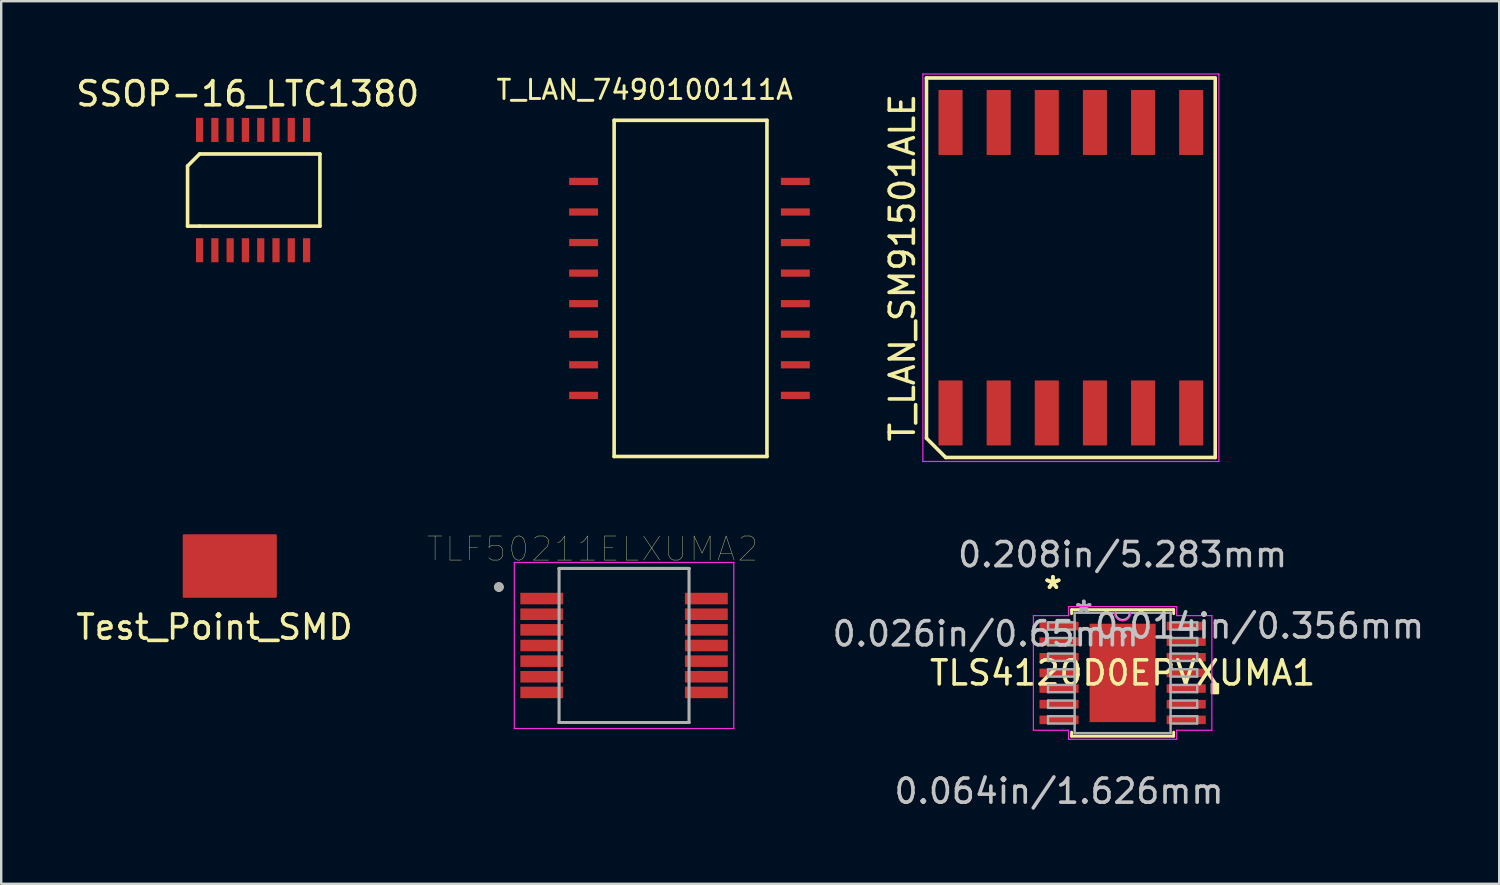
<source format=kicad_pcb>
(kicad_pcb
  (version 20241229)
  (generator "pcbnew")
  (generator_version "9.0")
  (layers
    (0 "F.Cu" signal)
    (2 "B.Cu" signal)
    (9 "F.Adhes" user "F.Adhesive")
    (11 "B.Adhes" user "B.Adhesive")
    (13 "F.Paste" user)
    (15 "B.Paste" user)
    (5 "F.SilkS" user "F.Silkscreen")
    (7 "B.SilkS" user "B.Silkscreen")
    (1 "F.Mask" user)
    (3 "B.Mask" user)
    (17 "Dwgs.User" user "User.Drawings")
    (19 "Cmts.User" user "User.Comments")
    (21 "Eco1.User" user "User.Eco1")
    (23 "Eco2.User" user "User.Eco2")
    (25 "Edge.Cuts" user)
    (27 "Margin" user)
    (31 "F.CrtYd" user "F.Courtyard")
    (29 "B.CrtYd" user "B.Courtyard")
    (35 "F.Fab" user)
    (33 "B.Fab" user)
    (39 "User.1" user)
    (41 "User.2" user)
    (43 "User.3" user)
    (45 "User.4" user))
  (footprint "Test_Point_SMD"
    (layer "F.Cu")
    (at 4.593 21.74)
    (property "Reference" "Test_Point_SMD" (at 1.27 1.27 0) (layer "F.SilkS") (effects (font (size 1 1) (thickness 0.15))))
    (attr through_hole)
    (fp_poly (pts (xy 0 -2.54) (xy 0 0) (xy 3.81 0) (xy 3.81 -2.54)) (stroke (width 0.1) (type solid)) (fill yes) (layer "F.Cu")))
  (footprint "T_LAN_7490100111A"
    (layer "F.Cu")
    (at 21.2 4.489)
    (property "Reference" "T_LAN_7490100111A" (at 2.54 -3.81 0) (layer "F.SilkS") (effects (font (size 0.8 0.8) (thickness 0.12))))
    (attr through_hole)
    (fp_line (start 1.27 -2.54) (end 7.62 -2.54) (stroke (width 0.15) (type solid)) (layer "F.SilkS"))
    (fp_line (start 1.27 11.43) (end 1.27 -2.54) (stroke (width 0.15) (type solid)) (layer "F.SilkS"))
    (fp_line (start 7.62 -2.54) (end 7.62 11.43) (stroke (width 0.15) (type solid)) (layer "F.SilkS"))
    (fp_line (start 7.62 11.43) (end 1.27 11.43) (stroke (width 0.15) (type solid)) (layer "F.SilkS"))
    (pad "1" smd rect (at 0 0) (size 1.2 0.3) (layers "F.Cu" "F.Mask" "F.Paste"))
    (pad "2" smd rect (at 0 1.27) (size 1.2 0.3) (layers "F.Cu" "F.Mask" "F.Paste"))
    (pad "3" smd rect (at 0 2.54) (size 1.2 0.3) (layers "F.Cu" "F.Mask" "F.Paste"))
    (pad "4" smd rect (at 0 3.81) (size 1.2 0.3) (layers "F.Cu" "F.Mask" "F.Paste"))
    (pad "5" smd rect (at 0 5.08) (size 1.2 0.3) (layers "F.Cu" "F.Mask" "F.Paste"))
    (pad "6" smd rect (at 0 6.35) (size 1.2 0.3) (layers "F.Cu" "F.Mask" "F.Paste"))
    (pad "7" smd rect (at 0 7.62) (size 1.2 0.3) (layers "F.Cu" "F.Mask" "F.Paste"))
    (pad "8" smd rect (at 0 8.89) (size 1.2 0.3) (layers "F.Cu" "F.Mask" "F.Paste"))
    (pad "9" smd rect (at 8.8 8.89) (size 1.2 0.3) (layers "F.Cu" "F.Mask" "F.Paste"))
    (pad "10" smd rect (at 8.8 7.62) (size 1.2 0.3) (layers "F.Cu" "F.Mask" "F.Paste"))
    (pad "11" smd rect (at 8.8 6.35) (size 1.2 0.3) (layers "F.Cu" "F.Mask" "F.Paste"))
    (pad "12" smd rect (at 8.8 5.08) (size 1.2 0.3) (layers "F.Cu" "F.Mask" "F.Paste"))
    (pad "13" smd rect (at 8.8 3.81) (size 1.2 0.3) (layers "F.Cu" "F.Mask" "F.Paste"))
    (pad "14" smd rect (at 8.8 2.54) (size 1.2 0.3) (layers "F.Cu" "F.Mask" "F.Paste"))
    (pad "15" smd rect (at 8.8 1.27) (size 1.2 0.3) (layers "F.Cu" "F.Mask" "F.Paste"))
    (pad "16" smd rect (at 8.8 0) (size 1.2 0.3) (layers "F.Cu" "F.Mask" "F.Paste")))
  (footprint "TLF50211ELXUMA2"
    (layer "F.Cu")
    (at 22.882 23.773)
    (property "Reference" "TLF50211ELXUMA2" (at -1.305 -4.012 0) (layer "F.SilkS") (effects (font (size 1 1) (thickness 0.015))))
    (attr through_hole)
    (fp_line (start -2.7 -3.2) (end 2.7 -3.2) (stroke (width 0.127) (type solid)) (layer "F.SilkS"))
    (fp_line (start -2.7 3.2) (end 2.7 3.2) (stroke (width 0.127) (type solid)) (layer "F.SilkS"))
    (fp_circle (center -5.2 -2.43) (end -5.1 -2.43) (stroke (width 0.2) (type solid)) (fill no) (layer "F.SilkS"))
    (fp_line (start -4.56 -3.45) (end -4.56 3.45) (stroke (width 0.05) (type solid)) (layer "F.CrtYd"))
    (fp_line (start -4.56 -3.45) (end 4.56 -3.45) (stroke (width 0.05) (type solid)) (layer "F.CrtYd"))
    (fp_line (start -4.56 3.45) (end 4.56 3.45) (stroke (width 0.05) (type solid)) (layer "F.CrtYd"))
    (fp_line (start 4.56 -3.45) (end 4.56 3.45) (stroke (width 0.05) (type solid)) (layer "F.CrtYd"))
    (fp_line (start -2.7 -3.2) (end -2.7 3.2) (stroke (width 0.127) (type solid)) (layer "F.Fab"))
    (fp_line (start -2.7 -3.2) (end 2.7 -3.2) (stroke (width 0.127) (type solid)) (layer "F.Fab"))
    (fp_line (start -2.7 3.2) (end 2.7 3.2) (stroke (width 0.127) (type solid)) (layer "F.Fab"))
    (fp_line (start 2.7 -3.2) (end 2.7 3.2) (stroke (width 0.127) (type solid)) (layer "F.Fab"))
    (fp_circle (center -5.2 -2.43) (end -5.1 -2.43) (stroke (width 0.2) (type solid)) (fill no) (layer "F.Fab"))
    (pad "1" smd rect (at -3.42 -1.95) (size 1.78 0.48) (layers "F.Cu" "F.Mask" "F.Paste"))
    (pad "2" smd rect (at -3.42 -1.3) (size 1.78 0.48) (layers "F.Cu" "F.Mask" "F.Paste"))
    (pad "3" smd rect (at -3.42 -0.65) (size 1.78 0.48) (layers "F.Cu" "F.Mask" "F.Paste"))
    (pad "4" smd rect (at -3.42 0) (size 1.78 0.48) (layers "F.Cu" "F.Mask" "F.Paste"))
    (pad "5" smd rect (at -3.42 0.65) (size 1.78 0.48) (layers "F.Cu" "F.Mask" "F.Paste"))
    (pad "6" smd rect (at -3.42 1.3) (size 1.78 0.48) (layers "F.Cu" "F.Mask" "F.Paste"))
    (pad "7" smd rect (at -3.42 1.95) (size 1.78 0.48) (layers "F.Cu" "F.Mask" "F.Paste"))
    (pad "8" smd rect (at 3.42 1.95) (size 1.78 0.48) (layers "F.Cu" "F.Mask" "F.Paste"))
    (pad "9" smd rect (at 3.42 1.3) (size 1.78 0.48) (layers "F.Cu" "F.Mask" "F.Paste"))
    (pad "10" smd rect (at 3.42 0.65) (size 1.78 0.48) (layers "F.Cu" "F.Mask" "F.Paste"))
    (pad "11" smd rect (at 3.42 0) (size 1.78 0.48) (layers "F.Cu" "F.Mask" "F.Paste"))
    (pad "12" smd rect (at 3.42 -0.65) (size 1.78 0.48) (layers "F.Cu" "F.Mask" "F.Paste"))
    (pad "13" smd rect (at 3.42 -1.3) (size 1.78 0.48) (layers "F.Cu" "F.Mask" "F.Paste"))
    (pad "14" smd rect (at 3.42 -1.95) (size 1.78 0.48) (layers "F.Cu" "F.Mask" "F.Paste")))
  (footprint "SSOP-16_LTC1380"
    (layer "F.Cu")
    (at 5.244 2.348)
    (property "Reference" "SSOP-16_LTC1380" (at 2 -1.5 0) (layer "F.SilkS") (effects (font (size 1 1) (thickness 0.15))))
    (attr through_hole)
    (fp_line (start -0.5 1.5) (end 0 1) (stroke (width 0.15) (type solid)) (layer "F.SilkS"))
    (fp_line (start -0.5 4) (end -0.5 1.5) (stroke (width 0.15) (type solid)) (layer "F.SilkS"))
    (fp_line (start 0 4) (end -0.5 4) (stroke (width 0.15) (type solid)) (layer "F.SilkS"))
    (fp_line (start 5 1) (end 0 1) (stroke (width 0.15) (type solid)) (layer "F.SilkS"))
    (fp_line (start 5 1) (end 5 4) (stroke (width 0.15) (type solid)) (layer "F.SilkS"))
    (fp_line (start 5 4) (end 0 4) (stroke (width 0.15) (type solid)) (layer "F.SilkS"))
    (pad "1" smd rect (at 0 0) (size 0.3 1) (layers "F.Cu" "F.Mask" "F.Paste"))
    (pad "2" smd rect (at 0.635 0) (size 0.3 1) (layers "F.Cu" "F.Mask" "F.Paste"))
    (pad "3" smd rect (at 1.27 0) (size 0.3 1) (layers "F.Cu" "F.Mask" "F.Paste"))
    (pad "4" smd rect (at 1.905 0) (size 0.3 1) (layers "F.Cu" "F.Mask" "F.Paste"))
    (pad "5" smd rect (at 2.54 0) (size 0.3 1) (layers "F.Cu" "F.Mask" "F.Paste"))
    (pad "6" smd rect (at 3.175 0) (size 0.3 1) (layers "F.Cu" "F.Mask" "F.Paste"))
    (pad "7" smd rect (at 3.81 0) (size 0.3 1) (layers "F.Cu" "F.Mask" "F.Paste"))
    (pad "8" smd rect (at 4.445 0) (size 0.3 1) (layers "F.Cu" "F.Mask" "F.Paste"))
    (pad "8" smd rect (at 4.445 5) (size 0.3 1) (layers "F.Cu" "F.Mask" "F.Paste"))
    (pad "9" smd rect (at 3.81 5) (size 0.3 1) (layers "F.Cu" "F.Mask" "F.Paste"))
    (pad "10" smd rect (at 3.175 5) (size 0.3 1) (layers "F.Cu" "F.Mask" "F.Paste"))
    (pad "11" smd rect (at 2.54 5) (size 0.3 1) (layers "F.Cu" "F.Mask" "F.Paste"))
    (pad "12" smd rect (at 1.905 5) (size 0.3 1) (layers "F.Cu" "F.Mask" "F.Paste"))
    (pad "13" smd rect (at 1.27 5) (size 0.3 1) (layers "F.Cu" "F.Mask" "F.Paste"))
    (pad "14" smd rect (at 0.635 5) (size 0.3 1) (layers "F.Cu" "F.Mask" "F.Paste"))
    (pad "15" smd rect (at 0 5) (size 0.3 1) (layers "F.Cu" "F.Mask" "F.Paste")))
  (footprint "TLS4120D0EPVXUMA1"
    (layer "F.Cu")
    (at 43.6 24.913)
    (property "Reference" "TLS4120D0EPVXUMA1" (at 0 0 0) (layer "F.SilkS") (effects (font (size 1 1) (thickness 0.15))))
    (attr through_hole)
    (fp_line (start -2.121 -2.629) (end -2.121 -2.461) (stroke (width 0.12) (type solid)) (layer "F.SilkS"))
    (fp_line (start -2.121 2.461) (end -2.121 2.629) (stroke (width 0.12) (type solid)) (layer "F.SilkS"))
    (fp_line (start -2.121 2.629) (end 2.121 2.629) (stroke (width 0.12) (type solid)) (layer "F.SilkS"))
    (fp_line (start 2.121 -2.629) (end -2.121 -2.629) (stroke (width 0.12) (type solid)) (layer "F.SilkS"))
    (fp_line (start 2.121 -2.461) (end 2.121 -2.629) (stroke (width 0.12) (type solid)) (layer "F.SilkS"))
    (fp_line (start 2.121 2.629) (end 2.121 2.461) (stroke (width 0.12) (type solid)) (layer "F.SilkS"))
    (fp_poly (pts (xy 3.962 0.459) (xy 3.962 0.84) (xy 3.708 0.84) (xy 3.708 0.459)) (stroke (width 0.1) (type solid)) (fill yes) (layer "F.SilkS"))
    (fp_line (start -3.708 -2.382) (end -2.248 -2.382) (stroke (width 0.05) (type solid)) (layer "F.CrtYd"))
    (fp_line (start -3.708 2.382) (end -3.708 -2.382) (stroke (width 0.05) (type solid)) (layer "F.CrtYd"))
    (fp_line (start -2.248 -2.756) (end 2.248 -2.756) (stroke (width 0.05) (type solid)) (layer "F.CrtYd"))
    (fp_line (start -2.248 -2.382) (end -2.248 -2.756) (stroke (width 0.05) (type solid)) (layer "F.CrtYd"))
    (fp_line (start -2.248 2.382) (end -3.708 2.382) (stroke (width 0.05) (type solid)) (layer "F.CrtYd"))
    (fp_line (start -2.248 2.756) (end -2.248 2.382) (stroke (width 0.05) (type solid)) (layer "F.CrtYd"))
    (fp_line (start 2.248 -2.756) (end 2.248 -2.382) (stroke (width 0.05) (type solid)) (layer "F.CrtYd"))
    (fp_line (start 2.248 -2.382) (end 3.708 -2.382) (stroke (width 0.05) (type solid)) (layer "F.CrtYd"))
    (fp_line (start 2.248 2.382) (end 2.248 2.756) (stroke (width 0.05) (type solid)) (layer "F.CrtYd"))
    (fp_line (start 2.248 2.756) (end -2.248 2.756) (stroke (width 0.05) (type solid)) (layer "F.CrtYd"))
    (fp_line (start 3.708 -2.382) (end 3.708 2.382) (stroke (width 0.05) (type solid)) (layer "F.CrtYd"))
    (fp_line (start 3.708 2.382) (end 2.248 2.382) (stroke (width 0.05) (type solid)) (layer "F.CrtYd"))
    (fp_arc (start 0.332317 -2.5019) (mid 0 -2.169583) (end -0.332317 -2.5019) (stroke (width 0.05) (type solid)) (layer "F.CrtYd"))
    (fp_line (start -3.099 -2.102) (end -3.099 -1.798) (stroke (width 0.1) (type solid)) (layer "F.Fab"))
    (fp_line (start -3.099 -1.798) (end -1.994 -1.798) (stroke (width 0.1) (type solid)) (layer "F.Fab"))
    (fp_line (start -3.099 -1.452) (end -3.099 -1.148) (stroke (width 0.1) (type solid)) (layer "F.Fab"))
    (fp_line (start -3.099 -1.148) (end -1.994 -1.148) (stroke (width 0.1) (type solid)) (layer "F.Fab"))
    (fp_line (start -3.099 -0.802) (end -3.099 -0.498) (stroke (width 0.1) (type solid)) (layer "F.Fab"))
    (fp_line (start -3.099 -0.498) (end -1.994 -0.498) (stroke (width 0.1) (type solid)) (layer "F.Fab"))
    (fp_line (start -3.099 -0.152) (end -3.099 0.152) (stroke (width 0.1) (type solid)) (layer "F.Fab"))
    (fp_line (start -3.099 0.152) (end -1.994 0.152) (stroke (width 0.1) (type solid)) (layer "F.Fab"))
    (fp_line (start -3.099 0.498) (end -3.099 0.802) (stroke (width 0.1) (type solid)) (layer "F.Fab"))
    (fp_line (start -3.099 0.802) (end -1.994 0.802) (stroke (width 0.1) (type solid)) (layer "F.Fab"))
    (fp_line (start -3.099 1.148) (end -3.099 1.452) (stroke (width 0.1) (type solid)) (layer "F.Fab"))
    (fp_line (start -3.099 1.452) (end -1.994 1.452) (stroke (width 0.1) (type solid)) (layer "F.Fab"))
    (fp_line (start -3.099 1.798) (end -3.099 2.102) (stroke (width 0.1) (type solid)) (layer "F.Fab"))
    (fp_line (start -3.099 2.102) (end -1.994 2.102) (stroke (width 0.1) (type solid)) (layer "F.Fab"))
    (fp_line (start -1.994 -2.502) (end -1.994 2.502) (stroke (width 0.1) (type solid)) (layer "F.Fab"))
    (fp_line (start -1.994 -2.102) (end -3.099 -2.102) (stroke (width 0.1) (type solid)) (layer "F.Fab"))
    (fp_line (start -1.994 -1.798) (end -1.994 -2.102) (stroke (width 0.1) (type solid)) (layer "F.Fab"))
    (fp_line (start -1.994 -1.452) (end -3.099 -1.452) (stroke (width 0.1) (type solid)) (layer "F.Fab"))
    (fp_line (start -1.994 -1.148) (end -1.994 -1.452) (stroke (width 0.1) (type solid)) (layer "F.Fab"))
    (fp_line (start -1.994 -0.802) (end -3.099 -0.802) (stroke (width 0.1) (type solid)) (layer "F.Fab"))
    (fp_line (start -1.994 -0.498) (end -1.994 -0.802) (stroke (width 0.1) (type solid)) (layer "F.Fab"))
    (fp_line (start -1.994 -0.152) (end -3.099 -0.152) (stroke (width 0.1) (type solid)) (layer "F.Fab"))
    (fp_line (start -1.994 0.152) (end -1.994 -0.152) (stroke (width 0.1) (type solid)) (layer "F.Fab"))
    (fp_line (start -1.994 0.498) (end -3.099 0.498) (stroke (width 0.1) (type solid)) (layer "F.Fab"))
    (fp_line (start -1.994 0.802) (end -1.994 0.498) (stroke (width 0.1) (type solid)) (layer "F.Fab"))
    (fp_line (start -1.994 1.148) (end -3.099 1.148) (stroke (width 0.1) (type solid)) (layer "F.Fab"))
    (fp_line (start -1.994 1.452) (end -1.994 1.148) (stroke (width 0.1) (type solid)) (layer "F.Fab"))
    (fp_line (start -1.994 1.798) (end -3.099 1.798) (stroke (width 0.1) (type solid)) (layer "F.Fab"))
    (fp_line (start -1.994 2.102) (end -1.994 1.798) (stroke (width 0.1) (type solid)) (layer "F.Fab"))
    (fp_line (start -1.994 2.502) (end 1.994 2.502) (stroke (width 0.1) (type solid)) (layer "F.Fab"))
    (fp_line (start 1.994 -2.502) (end -1.994 -2.502) (stroke (width 0.1) (type solid)) (layer "F.Fab"))
    (fp_line (start 1.994 -2.102) (end 1.994 -1.798) (stroke (width 0.1) (type solid)) (layer "F.Fab"))
    (fp_line (start 1.994 -1.798) (end 3.099 -1.798) (stroke (width 0.1) (type solid)) (layer "F.Fab"))
    (fp_line (start 1.994 -1.452) (end 1.994 -1.148) (stroke (width 0.1) (type solid)) (layer "F.Fab"))
    (fp_line (start 1.994 -1.148) (end 3.099 -1.148) (stroke (width 0.1) (type solid)) (layer "F.Fab"))
    (fp_line (start 1.994 -0.802) (end 1.994 -0.498) (stroke (width 0.1) (type solid)) (layer "F.Fab"))
    (fp_line (start 1.994 -0.498) (end 3.099 -0.498) (stroke (width 0.1) (type solid)) (layer "F.Fab"))
    (fp_line (start 1.994 -0.152) (end 1.994 0.152) (stroke (width 0.1) (type solid)) (layer "F.Fab"))
    (fp_line (start 1.994 0.152) (end 3.099 0.152) (stroke (width 0.1) (type solid)) (layer "F.Fab"))
    (fp_line (start 1.994 0.498) (end 1.994 0.802) (stroke (width 0.1) (type solid)) (layer "F.Fab"))
    (fp_line (start 1.994 0.802) (end 3.099 0.802) (stroke (width 0.1) (type solid)) (layer "F.Fab"))
    (fp_line (start 1.994 1.148) (end 1.994 1.452) (stroke (width 0.1) (type solid)) (layer "F.Fab"))
    (fp_line (start 1.994 1.452) (end 3.099 1.452) (stroke (width 0.1) (type solid)) (layer "F.Fab"))
    (fp_line (start 1.994 1.798) (end 1.994 2.102) (stroke (width 0.1) (type solid)) (layer "F.Fab"))
    (fp_line (start 1.994 2.102) (end 3.099 2.102) (stroke (width 0.1) (type solid)) (layer "F.Fab"))
    (fp_line (start 1.994 2.502) (end 1.994 -2.502) (stroke (width 0.1) (type solid)) (layer "F.Fab"))
    (fp_line (start 3.099 -2.102) (end 1.994 -2.102) (stroke (width 0.1) (type solid)) (layer "F.Fab"))
    (fp_line (start 3.099 -1.798) (end 3.099 -2.102) (stroke (width 0.1) (type solid)) (layer "F.Fab"))
    (fp_line (start 3.099 -1.452) (end 1.994 -1.452) (stroke (width 0.1) (type solid)) (layer "F.Fab"))
    (fp_line (start 3.099 -1.148) (end 3.099 -1.452) (stroke (width 0.1) (type solid)) (layer "F.Fab"))
    (fp_line (start 3.099 -0.802) (end 1.994 -0.802) (stroke (width 0.1) (type solid)) (layer "F.Fab"))
    (fp_line (start 3.099 -0.498) (end 3.099 -0.802) (stroke (width 0.1) (type solid)) (layer "F.Fab"))
    (fp_line (start 3.099 -0.152) (end 1.994 -0.152) (stroke (width 0.1) (type solid)) (layer "F.Fab"))
    (fp_line (start 3.099 0.152) (end 3.099 -0.152) (stroke (width 0.1) (type solid)) (layer "F.Fab"))
    (fp_line (start 3.099 0.498) (end 1.994 0.498) (stroke (width 0.1) (type solid)) (layer "F.Fab"))
    (fp_line (start 3.099 0.802) (end 3.099 0.498) (stroke (width 0.1) (type solid)) (layer "F.Fab"))
    (fp_line (start 3.099 1.148) (end 1.994 1.148) (stroke (width 0.1) (type solid)) (layer "F.Fab"))
    (fp_line (start 3.099 1.452) (end 3.099 1.148) (stroke (width 0.1) (type solid)) (layer "F.Fab"))
    (fp_line (start 3.099 1.798) (end 1.994 1.798) (stroke (width 0.1) (type solid)) (layer "F.Fab"))
    (fp_line (start 3.099 2.102) (end 3.099 1.798) (stroke (width 0.1) (type solid)) (layer "F.Fab"))
    (fp_arc (start 0.3048 -2.5019) (mid 0 -2.1971) (end -0.3048 -2.5019) (stroke (width 0.1) (type solid)) (layer "F.Fab"))
    (fp_text user "*" (at -2.896 -3.449 0) (layer "F.SilkS") (effects (font (size 1 1) (thickness 0.15))))
    (fp_text user "*" (at -2.896 -3.449 0) (layer "F.SilkS") (effects (font (size 1 1) (thickness 0.15))))
    (fp_text user "0.026in/0.65mm" (at -5.69 -1.625 0) (layer "Dwgs.User") (effects (font (size 1 1) (thickness 0.15))))
    (fp_text user "0.208in/5.283mm" (at 0 -4.915 0) (layer "Dwgs.User") (effects (font (size 1 1) (thickness 0.15))))
    (fp_text user "0.014in/0.356mm" (at 5.69 -1.95 0) (layer "Dwgs.User") (effects (font (size 1 1) (thickness 0.15))))
    (fp_text user "0.064in/1.626mm" (at -2.642 4.915 0) (layer "Dwgs.User") (effects (font (size 1 1) (thickness 0.15))))
    (fp_text user "Copyright 2021 Accelerated Designs. All rights reserved." (at 0 0 0) (layer "Cmts.User") (effects (font (size 0.127 0.127) (thickness 0.002))))
    (fp_text user "*" (at -1.613 -2.426 0) (layer "F.Fab") (effects (font (size 1 1) (thickness 0.15))))
    (fp_text user "*" (at -1.613 -2.426 0) (layer "F.Fab") (effects (font (size 1 1) (thickness 0.15))))
    (pad "1" smd rect (at -2.642 -1.95) (size 1.626 0.356) (layers "F.Cu" "F.Mask" "F.Paste"))
    (pad "2" smd rect (at -2.642 -1.3) (size 1.626 0.356) (layers "F.Cu" "F.Mask" "F.Paste"))
    (pad "3" smd rect (at -2.642 -0.65) (size 1.626 0.356) (layers "F.Cu" "F.Mask" "F.Paste"))
    (pad "4" smd rect (at -2.642 0) (size 1.626 0.356) (layers "F.Cu" "F.Mask" "F.Paste"))
    (pad "5" smd rect (at -2.642 0.65) (size 1.626 0.356) (layers "F.Cu" "F.Mask" "F.Paste"))
    (pad "6" smd rect (at -2.642 1.3) (size 1.626 0.356) (layers "F.Cu" "F.Mask" "F.Paste"))
    (pad "7" smd rect (at -2.642 1.95) (size 1.626 0.356) (layers "F.Cu" "F.Mask" "F.Paste"))
    (pad "8" smd rect (at 2.642 1.95) (size 1.626 0.356) (layers "F.Cu" "F.Mask" "F.Paste"))
    (pad "9" smd rect (at 2.642 1.3) (size 1.626 0.356) (layers "F.Cu" "F.Mask" "F.Paste"))
    (pad "10" smd rect (at 2.642 0.65) (size 1.626 0.356) (layers "F.Cu" "F.Mask" "F.Paste"))
    (pad "11" smd rect (at 2.642 0) (size 1.626 0.356) (layers "F.Cu" "F.Mask" "F.Paste"))
    (pad "12" smd rect (at 2.642 -0.65) (size 1.626 0.356) (layers "F.Cu" "F.Mask" "F.Paste"))
    (pad "13" smd rect (at 2.642 -1.3) (size 1.626 0.356) (layers "F.Cu" "F.Mask" "F.Paste"))
    (pad "14" smd rect (at 2.642 -1.95) (size 1.626 0.356) (layers "F.Cu" "F.Mask" "F.Paste"))
    (pad "15" smd rect (at 0 0) (size 2.743 4.089) (layers "F.Cu" "F.Mask" "F.Paste")))
  (footprint "T_LAN_SM91501ALE"
    (layer "F.Cu")
    (at 41.449 8.075)
    (property "Reference" "T_LAN_SM91501ALE" (at -7 0 90) (layer "F.SilkS") (effects (font (size 1 1) (thickness 0.15))))
    (attr smd)
    (fp_line (start -6 -7.885) (end 6 -7.885) (stroke (width 0.15) (type solid)) (layer "F.SilkS"))
    (fp_line (start -6 7.085) (end -6 -7.885) (stroke (width 0.15) (type solid)) (layer "F.SilkS"))
    (fp_line (start -5.2 7.885) (end -6 7.085) (stroke (width 0.15) (type solid)) (layer "F.SilkS"))
    (fp_line (start 6 -7.885) (end 6 7.885) (stroke (width 0.15) (type solid)) (layer "F.SilkS"))
    (fp_line (start 6 7.885) (end -5.2 7.885) (stroke (width 0.15) (type solid)) (layer "F.SilkS"))
    (fp_line (start -6.15 -8.05) (end 6.15 -8.05) (stroke (width 0.05) (type solid)) (layer "F.CrtYd"))
    (fp_line (start -6.15 8.05) (end -6.15 -8.05) (stroke (width 0.05) (type solid)) (layer "F.CrtYd"))
    (fp_line (start 6.15 -8.05) (end 6.15 8.05) (stroke (width 0.05) (type solid)) (layer "F.CrtYd"))
    (fp_line (start 6.15 8.05) (end -6.15 8.05) (stroke (width 0.05) (type solid)) (layer "F.CrtYd"))
    (pad "1" smd rect (at -5 6.035) (size 1 2.7) (layers "F.Cu" "F.Mask" "F.Paste"))
    (pad "2" smd rect (at -3 6.035) (size 1 2.7) (layers "F.Cu" "F.Mask" "F.Paste"))
    (pad "3" smd rect (at -1 6.035) (size 1 2.7) (layers "F.Cu" "F.Mask" "F.Paste"))
    (pad "4" smd rect (at 1 6.035) (size 1 2.7) (layers "F.Cu" "F.Mask" "F.Paste"))
    (pad "5" smd rect (at 3 6.035) (size 1 2.7) (layers "F.Cu" "F.Mask" "F.Paste"))
    (pad "6" smd rect (at 5 6.035) (size 1 2.7) (layers "F.Cu" "F.Mask" "F.Paste"))
    (pad "7" smd rect (at 5 -6.035) (size 1 2.7) (layers "F.Cu" "F.Mask" "F.Paste"))
    (pad "8" smd rect (at 3 -6.035) (size 1 2.7) (layers "F.Cu" "F.Mask" "F.Paste"))
    (pad "9" smd rect (at 1 -6.035) (size 1 2.7) (layers "F.Cu" "F.Mask" "F.Paste"))
    (pad "10" smd rect (at -1 -6.035) (size 1 2.7) (layers "F.Cu" "F.Mask" "F.Paste"))
    (pad "11" smd rect (at -3 -6.035) (size 1 2.7) (layers "F.Cu" "F.Mask" "F.Paste"))
    (pad "12" smd rect (at -5 -6.035) (size 1 2.7) (layers "F.Cu" "F.Mask" "F.Paste")))
  (gr_rect
    (start -3 -3)
    (end 59.248 33.676)
    (stroke (width 0.1) (type default))
    (fill no)
    (layer "Edge.Cuts")))
</source>
